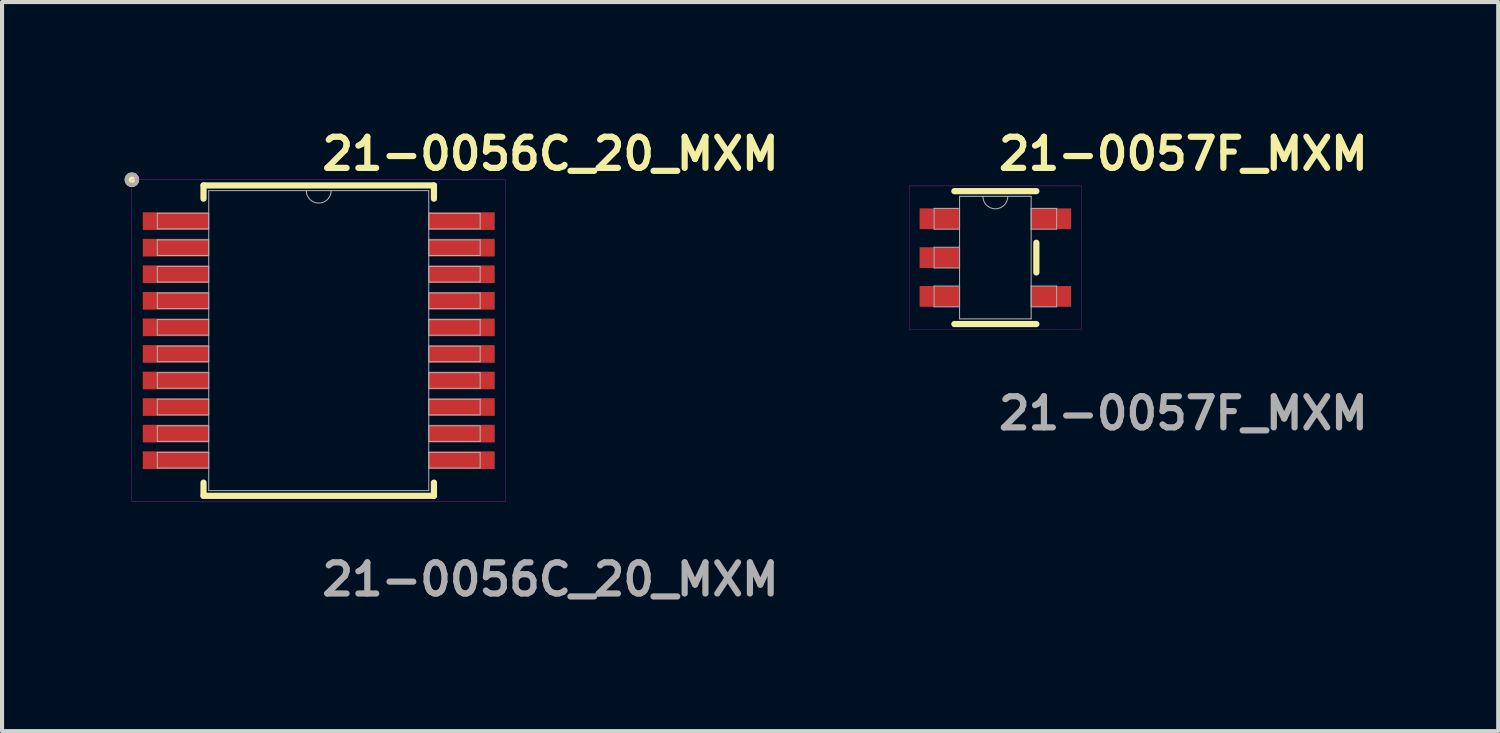
<source format=kicad_pcb>
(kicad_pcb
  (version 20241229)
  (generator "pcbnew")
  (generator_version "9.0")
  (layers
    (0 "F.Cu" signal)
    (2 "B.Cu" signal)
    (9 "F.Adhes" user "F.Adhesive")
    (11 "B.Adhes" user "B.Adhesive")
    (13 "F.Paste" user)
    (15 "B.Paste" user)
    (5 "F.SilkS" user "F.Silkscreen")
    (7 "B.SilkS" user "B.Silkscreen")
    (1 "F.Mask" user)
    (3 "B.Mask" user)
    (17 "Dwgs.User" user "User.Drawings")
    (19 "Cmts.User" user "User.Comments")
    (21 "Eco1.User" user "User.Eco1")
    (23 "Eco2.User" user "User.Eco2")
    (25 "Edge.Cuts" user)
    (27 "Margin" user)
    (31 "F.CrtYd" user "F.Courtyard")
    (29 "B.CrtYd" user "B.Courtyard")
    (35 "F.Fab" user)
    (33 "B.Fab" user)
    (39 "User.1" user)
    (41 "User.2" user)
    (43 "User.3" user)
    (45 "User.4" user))
  (footprint "21-0056C_20_MXM"
    (layer "F.Cu")
    (at 4.749 5.285)
    (property "Reference" "21-0056C_20_MXM" (at 0 -4.572 0) (unlocked yes) (layer "F.SilkS") (effects (font (size 0.762 0.762) (thickness 0.152) (bold yes)) (justify left)))
    (attr smd)
    (fp_line (start -2.819 -3.797) (end -2.819 -3.474) (stroke (width 0.152) (type solid)) (layer "F.SilkS"))
    (fp_line (start -2.819 3.474) (end -2.819 3.797) (stroke (width 0.152) (type solid)) (layer "F.SilkS"))
    (fp_line (start -2.819 3.797) (end 2.819 3.797) (stroke (width 0.152) (type solid)) (layer "F.SilkS"))
    (fp_line (start 2.819 -3.797) (end -2.819 -3.797) (stroke (width 0.152) (type solid)) (layer "F.SilkS"))
    (fp_line (start 2.819 -3.474) (end 2.819 -3.797) (stroke (width 0.152) (type solid)) (layer "F.SilkS"))
    (fp_line (start 2.819 3.797) (end 2.819 3.474) (stroke (width 0.152) (type solid)) (layer "F.SilkS"))
    (fp_circle (center -4.572 -3.937) (end -4.445 -3.937) (stroke (width 0.1) (type solid)) (fill yes) (layer "F.SilkS"))
    (fp_rect (start -4.572 -3.937) (end 4.572 3.937) (stroke (width 0.006) (type default)) (fill no) (layer "F.CrtYd"))
    (fp_line (start -3.95 -3.116) (end -3.95 -2.735) (stroke (width 0.025) (type solid)) (layer "F.Fab"))
    (fp_line (start -3.95 -2.735) (end -2.692 -2.735) (stroke (width 0.025) (type solid)) (layer "F.Fab"))
    (fp_line (start -3.95 -2.466) (end -3.95 -2.084) (stroke (width 0.025) (type solid)) (layer "F.Fab"))
    (fp_line (start -3.95 -2.084) (end -2.692 -2.084) (stroke (width 0.025) (type solid)) (layer "F.Fab"))
    (fp_line (start -3.95 -1.816) (end -3.95 -1.435) (stroke (width 0.025) (type solid)) (layer "F.Fab"))
    (fp_line (start -3.95 -1.435) (end -2.692 -1.435) (stroke (width 0.025) (type solid)) (layer "F.Fab"))
    (fp_line (start -3.95 -1.166) (end -3.95 -0.785) (stroke (width 0.025) (type solid)) (layer "F.Fab"))
    (fp_line (start -3.95 -0.785) (end -2.692 -0.785) (stroke (width 0.025) (type solid)) (layer "F.Fab"))
    (fp_line (start -3.95 -0.516) (end -3.95 -0.135) (stroke (width 0.025) (type solid)) (layer "F.Fab"))
    (fp_line (start -3.95 -0.135) (end -2.692 -0.135) (stroke (width 0.025) (type solid)) (layer "F.Fab"))
    (fp_line (start -3.95 0.134) (end -3.95 0.515) (stroke (width 0.025) (type solid)) (layer "F.Fab"))
    (fp_line (start -3.95 0.515) (end -2.692 0.515) (stroke (width 0.025) (type solid)) (layer "F.Fab"))
    (fp_line (start -3.95 0.784) (end -3.95 1.165) (stroke (width 0.025) (type solid)) (layer "F.Fab"))
    (fp_line (start -3.95 1.165) (end -2.692 1.165) (stroke (width 0.025) (type solid)) (layer "F.Fab"))
    (fp_line (start -3.95 1.434) (end -3.95 1.815) (stroke (width 0.025) (type solid)) (layer "F.Fab"))
    (fp_line (start -3.95 1.815) (end -2.692 1.815) (stroke (width 0.025) (type solid)) (layer "F.Fab"))
    (fp_line (start -3.95 2.084) (end -3.95 2.465) (stroke (width 0.025) (type solid)) (layer "F.Fab"))
    (fp_line (start -3.95 2.465) (end -2.692 2.465) (stroke (width 0.025) (type solid)) (layer "F.Fab"))
    (fp_line (start -3.95 2.734) (end -3.95 3.115) (stroke (width 0.025) (type solid)) (layer "F.Fab"))
    (fp_line (start -3.95 3.115) (end -2.692 3.115) (stroke (width 0.025) (type solid)) (layer "F.Fab"))
    (fp_line (start -2.692 -3.67) (end -2.692 3.67) (stroke (width 0.025) (type solid)) (layer "F.Fab"))
    (fp_line (start -2.692 -3.116) (end -3.95 -3.116) (stroke (width 0.025) (type solid)) (layer "F.Fab"))
    (fp_line (start -2.692 -2.735) (end -2.692 -3.116) (stroke (width 0.025) (type solid)) (layer "F.Fab"))
    (fp_line (start -2.692 -2.466) (end -3.95 -2.466) (stroke (width 0.025) (type solid)) (layer "F.Fab"))
    (fp_line (start -2.692 -2.084) (end -2.692 -2.466) (stroke (width 0.025) (type solid)) (layer "F.Fab"))
    (fp_line (start -2.692 -1.816) (end -3.95 -1.816) (stroke (width 0.025) (type solid)) (layer "F.Fab"))
    (fp_line (start -2.692 -1.435) (end -2.692 -1.816) (stroke (width 0.025) (type solid)) (layer "F.Fab"))
    (fp_line (start -2.692 -1.166) (end -3.95 -1.166) (stroke (width 0.025) (type solid)) (layer "F.Fab"))
    (fp_line (start -2.692 -0.785) (end -2.692 -1.166) (stroke (width 0.025) (type solid)) (layer "F.Fab"))
    (fp_line (start -2.692 -0.516) (end -3.95 -0.516) (stroke (width 0.025) (type solid)) (layer "F.Fab"))
    (fp_line (start -2.692 -0.135) (end -2.692 -0.516) (stroke (width 0.025) (type solid)) (layer "F.Fab"))
    (fp_line (start -2.692 0.134) (end -3.95 0.134) (stroke (width 0.025) (type solid)) (layer "F.Fab"))
    (fp_line (start -2.692 0.515) (end -2.692 0.134) (stroke (width 0.025) (type solid)) (layer "F.Fab"))
    (fp_line (start -2.692 0.784) (end -3.95 0.784) (stroke (width 0.025) (type solid)) (layer "F.Fab"))
    (fp_line (start -2.692 1.165) (end -2.692 0.784) (stroke (width 0.025) (type solid)) (layer "F.Fab"))
    (fp_line (start -2.692 1.434) (end -3.95 1.434) (stroke (width 0.025) (type solid)) (layer "F.Fab"))
    (fp_line (start -2.692 1.815) (end -2.692 1.434) (stroke (width 0.025) (type solid)) (layer "F.Fab"))
    (fp_line (start -2.692 2.084) (end -3.95 2.084) (stroke (width 0.025) (type solid)) (layer "F.Fab"))
    (fp_line (start -2.692 2.465) (end -2.692 2.084) (stroke (width 0.025) (type solid)) (layer "F.Fab"))
    (fp_line (start -2.692 2.734) (end -3.95 2.734) (stroke (width 0.025) (type solid)) (layer "F.Fab"))
    (fp_line (start -2.692 3.115) (end -2.692 2.734) (stroke (width 0.025) (type solid)) (layer "F.Fab"))
    (fp_line (start -2.692 3.67) (end 2.692 3.67) (stroke (width 0.025) (type solid)) (layer "F.Fab"))
    (fp_line (start 2.692 -3.67) (end -2.692 -3.67) (stroke (width 0.025) (type solid)) (layer "F.Fab"))
    (fp_line (start 2.692 -3.115) (end 2.692 -2.734) (stroke (width 0.025) (type solid)) (layer "F.Fab"))
    (fp_line (start 2.692 -2.734) (end 3.95 -2.734) (stroke (width 0.025) (type solid)) (layer "F.Fab"))
    (fp_line (start 2.692 -2.465) (end 2.692 -2.084) (stroke (width 0.025) (type solid)) (layer "F.Fab"))
    (fp_line (start 2.692 -2.084) (end 3.95 -2.084) (stroke (width 0.025) (type solid)) (layer "F.Fab"))
    (fp_line (start 2.692 -1.815) (end 2.692 -1.434) (stroke (width 0.025) (type solid)) (layer "F.Fab"))
    (fp_line (start 2.692 -1.434) (end 3.95 -1.434) (stroke (width 0.025) (type solid)) (layer "F.Fab"))
    (fp_line (start 2.692 -1.165) (end 2.692 -0.784) (stroke (width 0.025) (type solid)) (layer "F.Fab"))
    (fp_line (start 2.692 -0.784) (end 3.95 -0.784) (stroke (width 0.025) (type solid)) (layer "F.Fab"))
    (fp_line (start 2.692 -0.515) (end 2.692 -0.134) (stroke (width 0.025) (type solid)) (layer "F.Fab"))
    (fp_line (start 2.692 -0.134) (end 3.95 -0.134) (stroke (width 0.025) (type solid)) (layer "F.Fab"))
    (fp_line (start 2.692 0.135) (end 2.692 0.516) (stroke (width 0.025) (type solid)) (layer "F.Fab"))
    (fp_line (start 2.692 0.516) (end 3.95 0.516) (stroke (width 0.025) (type solid)) (layer "F.Fab"))
    (fp_line (start 2.692 0.785) (end 2.692 1.166) (stroke (width 0.025) (type solid)) (layer "F.Fab"))
    (fp_line (start 2.692 1.166) (end 3.95 1.166) (stroke (width 0.025) (type solid)) (layer "F.Fab"))
    (fp_line (start 2.692 1.435) (end 2.692 1.816) (stroke (width 0.025) (type solid)) (layer "F.Fab"))
    (fp_line (start 2.692 1.816) (end 3.95 1.816) (stroke (width 0.025) (type solid)) (layer "F.Fab"))
    (fp_line (start 2.692 2.085) (end 2.692 2.466) (stroke (width 0.025) (type solid)) (layer "F.Fab"))
    (fp_line (start 2.692 2.466) (end 3.95 2.466) (stroke (width 0.025) (type solid)) (layer "F.Fab"))
    (fp_line (start 2.692 2.735) (end 2.692 3.116) (stroke (width 0.025) (type solid)) (layer "F.Fab"))
    (fp_line (start 2.692 3.116) (end 3.95 3.116) (stroke (width 0.025) (type solid)) (layer "F.Fab"))
    (fp_line (start 2.692 3.67) (end 2.692 -3.67) (stroke (width 0.025) (type solid)) (layer "F.Fab"))
    (fp_line (start 3.95 -3.115) (end 2.692 -3.115) (stroke (width 0.025) (type solid)) (layer "F.Fab"))
    (fp_line (start 3.95 -2.734) (end 3.95 -3.115) (stroke (width 0.025) (type solid)) (layer "F.Fab"))
    (fp_line (start 3.95 -2.465) (end 2.692 -2.465) (stroke (width 0.025) (type solid)) (layer "F.Fab"))
    (fp_line (start 3.95 -2.084) (end 3.95 -2.465) (stroke (width 0.025) (type solid)) (layer "F.Fab"))
    (fp_line (start 3.95 -1.815) (end 2.692 -1.815) (stroke (width 0.025) (type solid)) (layer "F.Fab"))
    (fp_line (start 3.95 -1.434) (end 3.95 -1.815) (stroke (width 0.025) (type solid)) (layer "F.Fab"))
    (fp_line (start 3.95 -1.165) (end 2.692 -1.165) (stroke (width 0.025) (type solid)) (layer "F.Fab"))
    (fp_line (start 3.95 -0.784) (end 3.95 -1.165) (stroke (width 0.025) (type solid)) (layer "F.Fab"))
    (fp_line (start 3.95 -0.515) (end 2.692 -0.515) (stroke (width 0.025) (type solid)) (layer "F.Fab"))
    (fp_line (start 3.95 -0.134) (end 3.95 -0.515) (stroke (width 0.025) (type solid)) (layer "F.Fab"))
    (fp_line (start 3.95 0.135) (end 2.692 0.135) (stroke (width 0.025) (type solid)) (layer "F.Fab"))
    (fp_line (start 3.95 0.516) (end 3.95 0.135) (stroke (width 0.025) (type solid)) (layer "F.Fab"))
    (fp_line (start 3.95 0.785) (end 2.692 0.785) (stroke (width 0.025) (type solid)) (layer "F.Fab"))
    (fp_line (start 3.95 1.166) (end 3.95 0.785) (stroke (width 0.025) (type solid)) (layer "F.Fab"))
    (fp_line (start 3.95 1.435) (end 2.692 1.435) (stroke (width 0.025) (type solid)) (layer "F.Fab"))
    (fp_line (start 3.95 1.816) (end 3.95 1.435) (stroke (width 0.025) (type solid)) (layer "F.Fab"))
    (fp_line (start 3.95 2.085) (end 2.692 2.085) (stroke (width 0.025) (type solid)) (layer "F.Fab"))
    (fp_line (start 3.95 2.466) (end 3.95 2.085) (stroke (width 0.025) (type solid)) (layer "F.Fab"))
    (fp_line (start 3.95 2.735) (end 2.692 2.735) (stroke (width 0.025) (type solid)) (layer "F.Fab"))
    (fp_line (start 3.95 3.116) (end 3.95 2.735) (stroke (width 0.025) (type solid)) (layer "F.Fab"))
    (fp_arc (start 0.3048 -3.6703) (mid 0 -3.3655) (end -0.3048 -3.6703) (stroke (width 0.0254) (type solid)) (layer "F.Fab"))
    (fp_circle (center -4.572 -3.937) (end -4.445 -3.937) (stroke (width 0.1) (type solid)) (fill no) (layer "F.Fab"))
    (fp_text user "${REFERENCE}" (at 0 5.842 0) (unlocked yes) (layer "F.Fab") (effects (font (size 0.762 0.762) (thickness 0.152) (bold yes)) (justify left)))
    (pad "1" smd rect (at -3.499 -2.925) (size 1.613 0.432) (layers "F.Cu" "F.Mask" "F.Paste"))
    (pad "2" smd rect (at -3.499 -2.275) (size 1.613 0.432) (layers "F.Cu" "F.Mask" "F.Paste"))
    (pad "3" smd rect (at -3.499 -1.625) (size 1.613 0.432) (layers "F.Cu" "F.Mask" "F.Paste"))
    (pad "4" smd rect (at -3.499 -0.975) (size 1.613 0.432) (layers "F.Cu" "F.Mask" "F.Paste"))
    (pad "5" smd rect (at -3.499 -0.325) (size 1.613 0.432) (layers "F.Cu" "F.Mask" "F.Paste"))
    (pad "6" smd rect (at -3.499 0.325) (size 1.613 0.432) (layers "F.Cu" "F.Mask" "F.Paste"))
    (pad "7" smd rect (at -3.499 0.975) (size 1.613 0.432) (layers "F.Cu" "F.Mask" "F.Paste"))
    (pad "8" smd rect (at -3.499 1.625) (size 1.613 0.432) (layers "F.Cu" "F.Mask" "F.Paste"))
    (pad "9" smd rect (at -3.499 2.275) (size 1.613 0.432) (layers "F.Cu" "F.Mask" "F.Paste"))
    (pad "10" smd rect (at -3.499 2.925) (size 1.613 0.432) (layers "F.Cu" "F.Mask" "F.Paste"))
    (pad "11" smd rect (at 3.499 2.925) (size 1.613 0.432) (layers "F.Cu" "F.Mask" "F.Paste"))
    (pad "12" smd rect (at 3.499 2.275) (size 1.613 0.432) (layers "F.Cu" "F.Mask" "F.Paste"))
    (pad "13" smd rect (at 3.499 1.625) (size 1.613 0.432) (layers "F.Cu" "F.Mask" "F.Paste"))
    (pad "14" smd rect (at 3.499 0.975) (size 1.613 0.432) (layers "F.Cu" "F.Mask" "F.Paste"))
    (pad "15" smd rect (at 3.499 0.325) (size 1.613 0.432) (layers "F.Cu" "F.Mask" "F.Paste"))
    (pad "16" smd rect (at 3.499 -0.325) (size 1.613 0.432) (layers "F.Cu" "F.Mask" "F.Paste"))
    (pad "17" smd rect (at 3.499 -0.975) (size 1.613 0.432) (layers "F.Cu" "F.Mask" "F.Paste"))
    (pad "18" smd rect (at 3.499 -1.625) (size 1.613 0.432) (layers "F.Cu" "F.Mask" "F.Paste"))
    (pad "19" smd rect (at 3.499 -2.275) (size 1.613 0.432) (layers "F.Cu" "F.Mask" "F.Paste"))
    (pad "20" smd rect (at 3.499 -2.925) (size 1.613 0.432) (layers "F.Cu" "F.Mask" "F.Paste")))
  (footprint "21-0057F_MXM"
    (layer "F.Cu")
    (at 21.305 3.253)
    (property "Reference" "21-0057F_MXM" (at 0 -2.54 0) (unlocked yes) (layer "F.SilkS") (effects (font (size 0.762 0.762) (thickness 0.152) (bold yes)) (justify left)))
    (attr smd)
    (fp_line (start -1.003 1.626) (end 1.003 1.626) (stroke (width 0.152) (type solid)) (layer "F.SilkS"))
    (fp_line (start 1.003 -1.626) (end -1.003 -1.626) (stroke (width 0.152) (type solid)) (layer "F.SilkS"))
    (fp_line (start 1.003 0.363) (end 1.003 -0.363) (stroke (width 0.152) (type solid)) (layer "F.SilkS"))
    (fp_rect (start -2.108 -1.753) (end 2.108 1.753) (stroke (width 0.006) (type default)) (fill no) (layer "F.CrtYd"))
    (fp_line (start -1.499 -1.204) (end -1.499 -0.696) (stroke (width 0.025) (type solid)) (layer "F.Fab"))
    (fp_line (start -1.499 -0.696) (end -0.876 -0.696) (stroke (width 0.025) (type solid)) (layer "F.Fab"))
    (fp_line (start -1.499 -0.254) (end -1.499 0.254) (stroke (width 0.025) (type solid)) (layer "F.Fab"))
    (fp_line (start -1.499 0.254) (end -0.876 0.254) (stroke (width 0.025) (type solid)) (layer "F.Fab"))
    (fp_line (start -1.499 0.696) (end -1.499 1.204) (stroke (width 0.025) (type solid)) (layer "F.Fab"))
    (fp_line (start -1.499 1.204) (end -0.876 1.204) (stroke (width 0.025) (type solid)) (layer "F.Fab"))
    (fp_line (start -0.876 -1.499) (end -0.876 1.499) (stroke (width 0.025) (type solid)) (layer "F.Fab"))
    (fp_line (start -0.876 -1.204) (end -1.499 -1.204) (stroke (width 0.025) (type solid)) (layer "F.Fab"))
    (fp_line (start -0.876 -0.696) (end -0.876 -1.204) (stroke (width 0.025) (type solid)) (layer "F.Fab"))
    (fp_line (start -0.876 -0.254) (end -1.499 -0.254) (stroke (width 0.025) (type solid)) (layer "F.Fab"))
    (fp_line (start -0.876 0.254) (end -0.876 -0.254) (stroke (width 0.025) (type solid)) (layer "F.Fab"))
    (fp_line (start -0.876 0.696) (end -1.499 0.696) (stroke (width 0.025) (type solid)) (layer "F.Fab"))
    (fp_line (start -0.876 1.204) (end -0.876 0.696) (stroke (width 0.025) (type solid)) (layer "F.Fab"))
    (fp_line (start -0.876 1.499) (end 0.876 1.499) (stroke (width 0.025) (type solid)) (layer "F.Fab"))
    (fp_line (start 0.876 -1.499) (end -0.876 -1.499) (stroke (width 0.025) (type solid)) (layer "F.Fab"))
    (fp_line (start 0.876 -1.204) (end 0.876 -0.696) (stroke (width 0.025) (type solid)) (layer "F.Fab"))
    (fp_line (start 0.876 -0.696) (end 1.499 -0.696) (stroke (width 0.025) (type solid)) (layer "F.Fab"))
    (fp_line (start 0.876 0.696) (end 0.876 1.204) (stroke (width 0.025) (type solid)) (layer "F.Fab"))
    (fp_line (start 0.876 1.204) (end 1.499 1.204) (stroke (width 0.025) (type solid)) (layer "F.Fab"))
    (fp_line (start 0.876 1.499) (end 0.876 -1.499) (stroke (width 0.025) (type solid)) (layer "F.Fab"))
    (fp_line (start 1.499 -1.204) (end 0.876 -1.204) (stroke (width 0.025) (type solid)) (layer "F.Fab"))
    (fp_line (start 1.499 -0.696) (end 1.499 -1.204) (stroke (width 0.025) (type solid)) (layer "F.Fab"))
    (fp_line (start 1.499 0.696) (end 0.876 0.696) (stroke (width 0.025) (type solid)) (layer "F.Fab"))
    (fp_line (start 1.499 1.204) (end 1.499 0.696) (stroke (width 0.025) (type solid)) (layer "F.Fab"))
    (fp_arc (start 0.3048 -1.4986) (mid 0 -1.1938) (end -0.3048 -1.4986) (stroke (width 0.0254) (type solid)) (layer "F.Fab"))
    (fp_text user "${REFERENCE}" (at 0 3.81 0) (unlocked yes) (layer "F.Fab") (effects (font (size 0.762 0.762) (thickness 0.152) (bold yes)) (justify left)))
    (pad "1" smd rect (at -1.365 -0.95) (size 0.978 0.508) (layers "F.Cu" "F.Mask" "F.Paste"))
    (pad "2" smd rect (at -1.365 0) (size 0.978 0.508) (layers "F.Cu" "F.Mask" "F.Paste"))
    (pad "3" smd rect (at -1.365 0.95) (size 0.978 0.508) (layers "F.Cu" "F.Mask" "F.Paste"))
    (pad "4" smd rect (at 1.365 0.95) (size 0.978 0.508) (layers "F.Cu" "F.Mask" "F.Paste"))
    (pad "5" smd rect (at 1.365 -0.95) (size 0.978 0.508) (layers "F.Cu" "F.Mask" "F.Paste")))
  (gr_rect
    (start -3 -3)
    (end 33.609 14.84)
    (stroke (width 0.1) (type default))
    (fill no)
    (layer "Edge.Cuts")))
</source>
